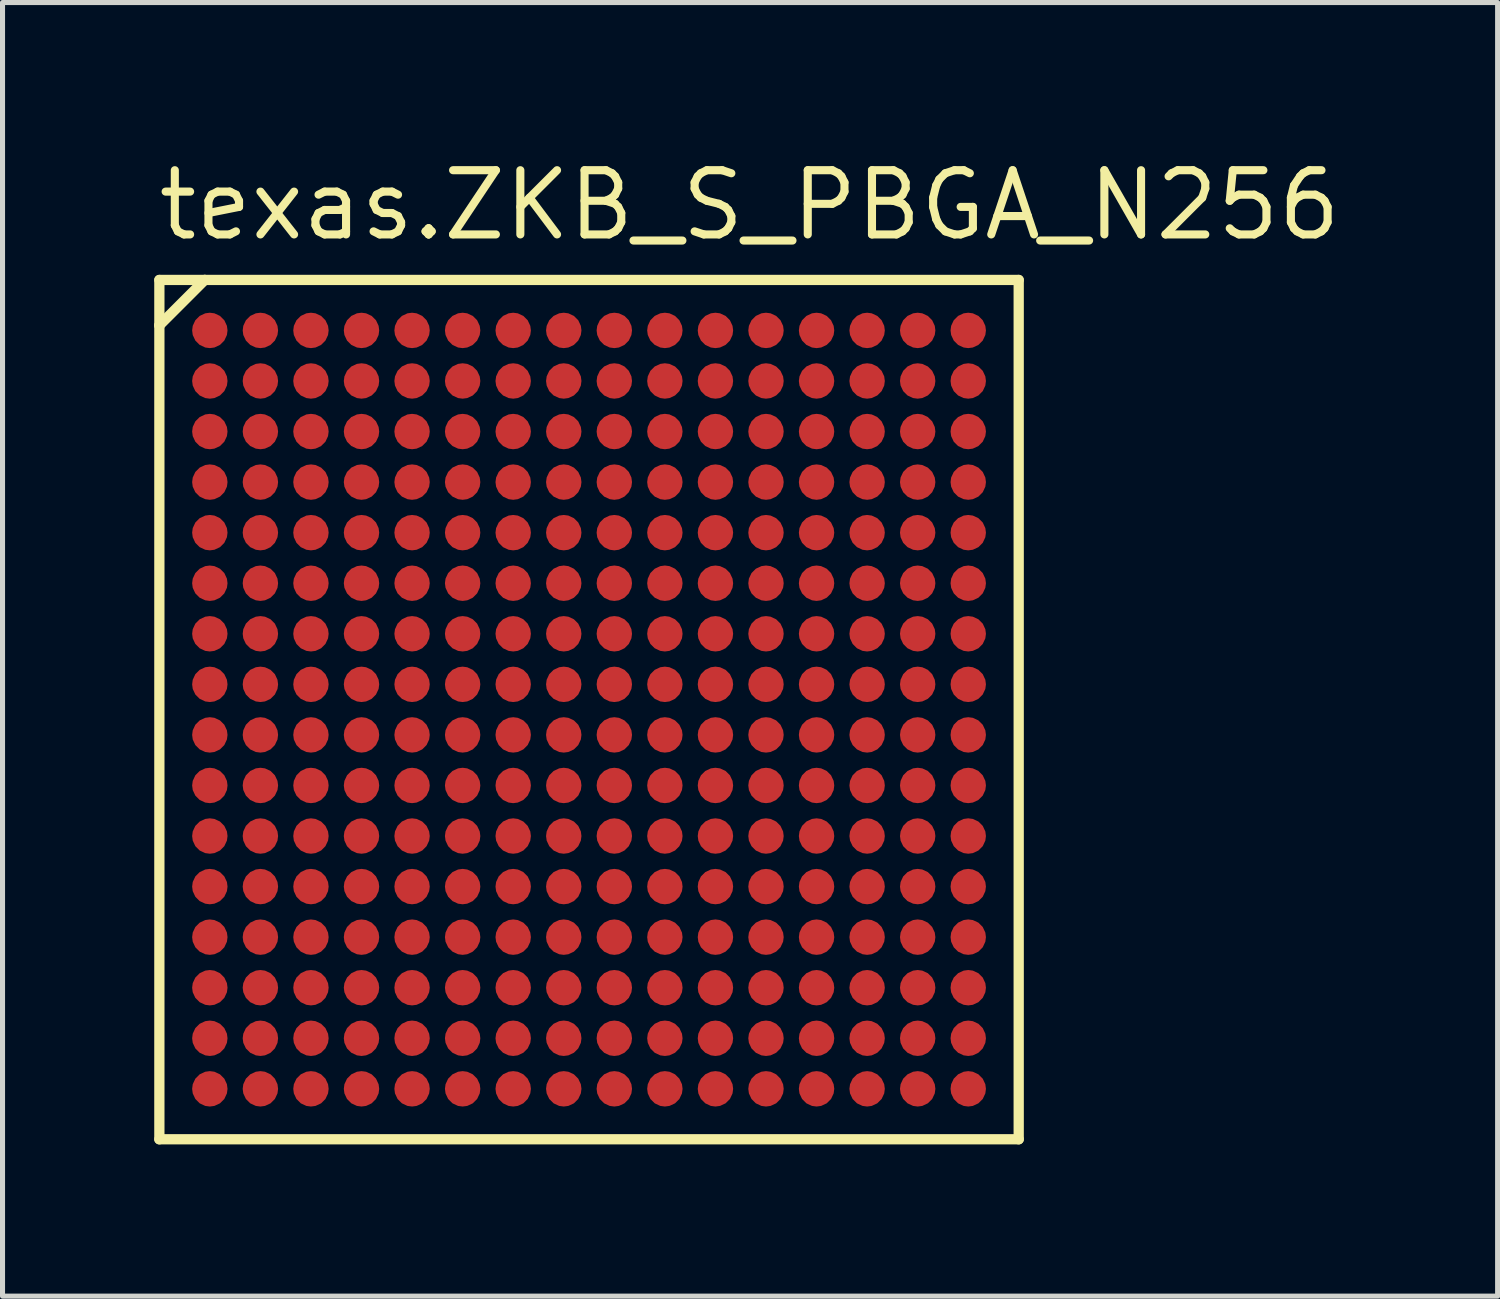
<source format=kicad_pcb>
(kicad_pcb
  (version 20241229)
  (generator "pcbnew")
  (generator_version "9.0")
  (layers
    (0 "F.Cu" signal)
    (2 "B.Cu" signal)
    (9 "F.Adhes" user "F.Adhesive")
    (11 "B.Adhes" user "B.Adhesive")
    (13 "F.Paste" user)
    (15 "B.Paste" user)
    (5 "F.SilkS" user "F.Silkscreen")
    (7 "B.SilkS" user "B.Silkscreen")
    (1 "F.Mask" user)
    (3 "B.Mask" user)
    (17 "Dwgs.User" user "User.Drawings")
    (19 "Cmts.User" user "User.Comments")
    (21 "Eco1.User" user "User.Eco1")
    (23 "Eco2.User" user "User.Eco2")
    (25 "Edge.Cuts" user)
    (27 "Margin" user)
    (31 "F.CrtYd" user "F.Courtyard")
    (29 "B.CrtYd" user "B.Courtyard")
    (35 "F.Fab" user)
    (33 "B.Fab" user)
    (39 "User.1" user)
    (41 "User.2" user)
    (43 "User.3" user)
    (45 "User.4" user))
  (footprint "texas.ZKB_S_PBGA_N256"
    (layer "F.Cu")
    (at 8.6 10.985)
    (property "Reference" "texas.ZKB_S_PBGA_N256" (at -8.6 -9.235 0) (layer "F.SilkS") (effects (font (size 1.27 1.27) (thickness 0.16)) (justify left bottom)))
    (attr smd)
    (fp_circle (center -7.5 -7.5) (end -7.15 -7.5) (stroke (width 0.1) (type default)) (fill no) (layer "F.Mask"))
    (fp_circle (center -7.5 -6.5) (end -7.15 -6.5) (stroke (width 0.1) (type default)) (fill no) (layer "F.Mask"))
    (fp_circle (center -7.5 -5.5) (end -7.15 -5.5) (stroke (width 0.1) (type default)) (fill no) (layer "F.Mask"))
    (fp_circle (center -7.5 -4.5) (end -7.15 -4.5) (stroke (width 0.1) (type default)) (fill no) (layer "F.Mask"))
    (fp_circle (center -7.5 -3.5) (end -7.15 -3.5) (stroke (width 0.1) (type default)) (fill no) (layer "F.Mask"))
    (fp_circle (center -7.5 -2.5) (end -7.15 -2.5) (stroke (width 0.1) (type default)) (fill no) (layer "F.Mask"))
    (fp_circle (center -7.5 -1.5) (end -7.15 -1.5) (stroke (width 0.1) (type default)) (fill no) (layer "F.Mask"))
    (fp_circle (center -7.5 -0.5) (end -7.15 -0.5) (stroke (width 0.1) (type default)) (fill no) (layer "F.Mask"))
    (fp_circle (center -7.5 0.5) (end -7.15 0.5) (stroke (width 0.1) (type default)) (fill no) (layer "F.Mask"))
    (fp_circle (center -7.5 1.5) (end -7.15 1.5) (stroke (width 0.1) (type default)) (fill no) (layer "F.Mask"))
    (fp_circle (center -7.5 2.5) (end -7.15 2.5) (stroke (width 0.1) (type default)) (fill no) (layer "F.Mask"))
    (fp_circle (center -7.5 3.5) (end -7.15 3.5) (stroke (width 0.1) (type default)) (fill no) (layer "F.Mask"))
    (fp_circle (center -7.5 4.5) (end -7.15 4.5) (stroke (width 0.1) (type default)) (fill no) (layer "F.Mask"))
    (fp_circle (center -7.5 5.5) (end -7.15 5.5) (stroke (width 0.1) (type default)) (fill no) (layer "F.Mask"))
    (fp_circle (center -7.5 6.5) (end -7.15 6.5) (stroke (width 0.1) (type default)) (fill no) (layer "F.Mask"))
    (fp_circle (center -7.5 7.5) (end -7.15 7.5) (stroke (width 0.1) (type default)) (fill no) (layer "F.Mask"))
    (fp_circle (center -6.5 -7.5) (end -6.15 -7.5) (stroke (width 0.1) (type default)) (fill no) (layer "F.Mask"))
    (fp_circle (center -6.5 -6.5) (end -6.15 -6.5) (stroke (width 0.1) (type default)) (fill no) (layer "F.Mask"))
    (fp_circle (center -6.5 -5.5) (end -6.15 -5.5) (stroke (width 0.1) (type default)) (fill no) (layer "F.Mask"))
    (fp_circle (center -6.5 -4.5) (end -6.15 -4.5) (stroke (width 0.1) (type default)) (fill no) (layer "F.Mask"))
    (fp_circle (center -6.5 -3.5) (end -6.15 -3.5) (stroke (width 0.1) (type default)) (fill no) (layer "F.Mask"))
    (fp_circle (center -6.5 -2.5) (end -6.15 -2.5) (stroke (width 0.1) (type default)) (fill no) (layer "F.Mask"))
    (fp_circle (center -6.5 -1.5) (end -6.15 -1.5) (stroke (width 0.1) (type default)) (fill no) (layer "F.Mask"))
    (fp_circle (center -6.5 -0.5) (end -6.15 -0.5) (stroke (width 0.1) (type default)) (fill no) (layer "F.Mask"))
    (fp_circle (center -6.5 0.5) (end -6.15 0.5) (stroke (width 0.1) (type default)) (fill no) (layer "F.Mask"))
    (fp_circle (center -6.5 1.5) (end -6.15 1.5) (stroke (width 0.1) (type default)) (fill no) (layer "F.Mask"))
    (fp_circle (center -6.5 2.5) (end -6.15 2.5) (stroke (width 0.1) (type default)) (fill no) (layer "F.Mask"))
    (fp_circle (center -6.5 3.5) (end -6.15 3.5) (stroke (width 0.1) (type default)) (fill no) (layer "F.Mask"))
    (fp_circle (center -6.5 4.5) (end -6.15 4.5) (stroke (width 0.1) (type default)) (fill no) (layer "F.Mask"))
    (fp_circle (center -6.5 5.5) (end -6.15 5.5) (stroke (width 0.1) (type default)) (fill no) (layer "F.Mask"))
    (fp_circle (center -6.5 6.5) (end -6.15 6.5) (stroke (width 0.1) (type default)) (fill no) (layer "F.Mask"))
    (fp_circle (center -6.5 7.5) (end -6.15 7.5) (stroke (width 0.1) (type default)) (fill no) (layer "F.Mask"))
    (fp_circle (center -5.5 -7.5) (end -5.15 -7.5) (stroke (width 0.1) (type default)) (fill no) (layer "F.Mask"))
    (fp_circle (center -5.5 -6.5) (end -5.15 -6.5) (stroke (width 0.1) (type default)) (fill no) (layer "F.Mask"))
    (fp_circle (center -5.5 -5.5) (end -5.15 -5.5) (stroke (width 0.1) (type default)) (fill no) (layer "F.Mask"))
    (fp_circle (center -5.5 -4.5) (end -5.15 -4.5) (stroke (width 0.1) (type default)) (fill no) (layer "F.Mask"))
    (fp_circle (center -5.5 -3.5) (end -5.15 -3.5) (stroke (width 0.1) (type default)) (fill no) (layer "F.Mask"))
    (fp_circle (center -5.5 -2.5) (end -5.15 -2.5) (stroke (width 0.1) (type default)) (fill no) (layer "F.Mask"))
    (fp_circle (center -5.5 -1.5) (end -5.15 -1.5) (stroke (width 0.1) (type default)) (fill no) (layer "F.Mask"))
    (fp_circle (center -5.5 -0.5) (end -5.15 -0.5) (stroke (width 0.1) (type default)) (fill no) (layer "F.Mask"))
    (fp_circle (center -5.5 0.5) (end -5.15 0.5) (stroke (width 0.1) (type default)) (fill no) (layer "F.Mask"))
    (fp_circle (center -5.5 1.5) (end -5.15 1.5) (stroke (width 0.1) (type default)) (fill no) (layer "F.Mask"))
    (fp_circle (center -5.5 2.5) (end -5.15 2.5) (stroke (width 0.1) (type default)) (fill no) (layer "F.Mask"))
    (fp_circle (center -5.5 3.5) (end -5.15 3.5) (stroke (width 0.1) (type default)) (fill no) (layer "F.Mask"))
    (fp_circle (center -5.5 4.5) (end -5.15 4.5) (stroke (width 0.1) (type default)) (fill no) (layer "F.Mask"))
    (fp_circle (center -5.5 5.5) (end -5.15 5.5) (stroke (width 0.1) (type default)) (fill no) (layer "F.Mask"))
    (fp_circle (center -5.5 6.5) (end -5.15 6.5) (stroke (width 0.1) (type default)) (fill no) (layer "F.Mask"))
    (fp_circle (center -5.5 7.5) (end -5.15 7.5) (stroke (width 0.1) (type default)) (fill no) (layer "F.Mask"))
    (fp_circle (center -4.5 -7.5) (end -4.15 -7.5) (stroke (width 0.1) (type default)) (fill no) (layer "F.Mask"))
    (fp_circle (center -4.5 -6.5) (end -4.15 -6.5) (stroke (width 0.1) (type default)) (fill no) (layer "F.Mask"))
    (fp_circle (center -4.5 -5.5) (end -4.15 -5.5) (stroke (width 0.1) (type default)) (fill no) (layer "F.Mask"))
    (fp_circle (center -4.5 -4.5) (end -4.15 -4.5) (stroke (width 0.1) (type default)) (fill no) (layer "F.Mask"))
    (fp_circle (center -4.5 -3.5) (end -4.15 -3.5) (stroke (width 0.1) (type default)) (fill no) (layer "F.Mask"))
    (fp_circle (center -4.5 -2.5) (end -4.15 -2.5) (stroke (width 0.1) (type default)) (fill no) (layer "F.Mask"))
    (fp_circle (center -4.5 -1.5) (end -4.15 -1.5) (stroke (width 0.1) (type default)) (fill no) (layer "F.Mask"))
    (fp_circle (center -4.5 -0.5) (end -4.15 -0.5) (stroke (width 0.1) (type default)) (fill no) (layer "F.Mask"))
    (fp_circle (center -4.5 0.5) (end -4.15 0.5) (stroke (width 0.1) (type default)) (fill no) (layer "F.Mask"))
    (fp_circle (center -4.5 1.5) (end -4.15 1.5) (stroke (width 0.1) (type default)) (fill no) (layer "F.Mask"))
    (fp_circle (center -4.5 2.5) (end -4.15 2.5) (stroke (width 0.1) (type default)) (fill no) (layer "F.Mask"))
    (fp_circle (center -4.5 3.5) (end -4.15 3.5) (stroke (width 0.1) (type default)) (fill no) (layer "F.Mask"))
    (fp_circle (center -4.5 4.5) (end -4.15 4.5) (stroke (width 0.1) (type default)) (fill no) (layer "F.Mask"))
    (fp_circle (center -4.5 5.5) (end -4.15 5.5) (stroke (width 0.1) (type default)) (fill no) (layer "F.Mask"))
    (fp_circle (center -4.5 6.5) (end -4.15 6.5) (stroke (width 0.1) (type default)) (fill no) (layer "F.Mask"))
    (fp_circle (center -4.5 7.5) (end -4.15 7.5) (stroke (width 0.1) (type default)) (fill no) (layer "F.Mask"))
    (fp_circle (center -3.5 -7.5) (end -3.15 -7.5) (stroke (width 0.1) (type default)) (fill no) (layer "F.Mask"))
    (fp_circle (center -3.5 -6.5) (end -3.15 -6.5) (stroke (width 0.1) (type default)) (fill no) (layer "F.Mask"))
    (fp_circle (center -3.5 -5.5) (end -3.15 -5.5) (stroke (width 0.1) (type default)) (fill no) (layer "F.Mask"))
    (fp_circle (center -3.5 -4.5) (end -3.15 -4.5) (stroke (width 0.1) (type default)) (fill no) (layer "F.Mask"))
    (fp_circle (center -3.5 -3.5) (end -3.15 -3.5) (stroke (width 0.1) (type default)) (fill no) (layer "F.Mask"))
    (fp_circle (center -3.5 -2.5) (end -3.15 -2.5) (stroke (width 0.1) (type default)) (fill no) (layer "F.Mask"))
    (fp_circle (center -3.5 -1.5) (end -3.15 -1.5) (stroke (width 0.1) (type default)) (fill no) (layer "F.Mask"))
    (fp_circle (center -3.5 -0.5) (end -3.15 -0.5) (stroke (width 0.1) (type default)) (fill no) (layer "F.Mask"))
    (fp_circle (center -3.5 0.5) (end -3.15 0.5) (stroke (width 0.1) (type default)) (fill no) (layer "F.Mask"))
    (fp_circle (center -3.5 1.5) (end -3.15 1.5) (stroke (width 0.1) (type default)) (fill no) (layer "F.Mask"))
    (fp_circle (center -3.5 2.5) (end -3.15 2.5) (stroke (width 0.1) (type default)) (fill no) (layer "F.Mask"))
    (fp_circle (center -3.5 3.5) (end -3.15 3.5) (stroke (width 0.1) (type default)) (fill no) (layer "F.Mask"))
    (fp_circle (center -3.5 4.5) (end -3.15 4.5) (stroke (width 0.1) (type default)) (fill no) (layer "F.Mask"))
    (fp_circle (center -3.5 5.5) (end -3.15 5.5) (stroke (width 0.1) (type default)) (fill no) (layer "F.Mask"))
    (fp_circle (center -3.5 6.5) (end -3.15 6.5) (stroke (width 0.1) (type default)) (fill no) (layer "F.Mask"))
    (fp_circle (center -3.5 7.5) (end -3.15 7.5) (stroke (width 0.1) (type default)) (fill no) (layer "F.Mask"))
    (fp_circle (center -2.5 -7.5) (end -2.15 -7.5) (stroke (width 0.1) (type default)) (fill no) (layer "F.Mask"))
    (fp_circle (center -2.5 -6.5) (end -2.15 -6.5) (stroke (width 0.1) (type default)) (fill no) (layer "F.Mask"))
    (fp_circle (center -2.5 -5.5) (end -2.15 -5.5) (stroke (width 0.1) (type default)) (fill no) (layer "F.Mask"))
    (fp_circle (center -2.5 -4.5) (end -2.15 -4.5) (stroke (width 0.1) (type default)) (fill no) (layer "F.Mask"))
    (fp_circle (center -2.5 -3.5) (end -2.15 -3.5) (stroke (width 0.1) (type default)) (fill no) (layer "F.Mask"))
    (fp_circle (center -2.5 -2.5) (end -2.15 -2.5) (stroke (width 0.1) (type default)) (fill no) (layer "F.Mask"))
    (fp_circle (center -2.5 -1.5) (end -2.15 -1.5) (stroke (width 0.1) (type default)) (fill no) (layer "F.Mask"))
    (fp_circle (center -2.5 -0.5) (end -2.15 -0.5) (stroke (width 0.1) (type default)) (fill no) (layer "F.Mask"))
    (fp_circle (center -2.5 0.5) (end -2.15 0.5) (stroke (width 0.1) (type default)) (fill no) (layer "F.Mask"))
    (fp_circle (center -2.5 1.5) (end -2.15 1.5) (stroke (width 0.1) (type default)) (fill no) (layer "F.Mask"))
    (fp_circle (center -2.5 2.5) (end -2.15 2.5) (stroke (width 0.1) (type default)) (fill no) (layer "F.Mask"))
    (fp_circle (center -2.5 3.5) (end -2.15 3.5) (stroke (width 0.1) (type default)) (fill no) (layer "F.Mask"))
    (fp_circle (center -2.5 4.5) (end -2.15 4.5) (stroke (width 0.1) (type default)) (fill no) (layer "F.Mask"))
    (fp_circle (center -2.5 5.5) (end -2.15 5.5) (stroke (width 0.1) (type default)) (fill no) (layer "F.Mask"))
    (fp_circle (center -2.5 6.5) (end -2.15 6.5) (stroke (width 0.1) (type default)) (fill no) (layer "F.Mask"))
    (fp_circle (center -2.5 7.5) (end -2.15 7.5) (stroke (width 0.1) (type default)) (fill no) (layer "F.Mask"))
    (fp_circle (center -1.5 -7.5) (end -1.15 -7.5) (stroke (width 0.1) (type default)) (fill no) (layer "F.Mask"))
    (fp_circle (center -1.5 -6.5) (end -1.15 -6.5) (stroke (width 0.1) (type default)) (fill no) (layer "F.Mask"))
    (fp_circle (center -1.5 -5.5) (end -1.15 -5.5) (stroke (width 0.1) (type default)) (fill no) (layer "F.Mask"))
    (fp_circle (center -1.5 -4.5) (end -1.15 -4.5) (stroke (width 0.1) (type default)) (fill no) (layer "F.Mask"))
    (fp_circle (center -1.5 -3.5) (end -1.15 -3.5) (stroke (width 0.1) (type default)) (fill no) (layer "F.Mask"))
    (fp_circle (center -1.5 -2.5) (end -1.15 -2.5) (stroke (width 0.1) (type default)) (fill no) (layer "F.Mask"))
    (fp_circle (center -1.5 -1.5) (end -1.15 -1.5) (stroke (width 0.1) (type default)) (fill no) (layer "F.Mask"))
    (fp_circle (center -1.5 -0.5) (end -1.15 -0.5) (stroke (width 0.1) (type default)) (fill no) (layer "F.Mask"))
    (fp_circle (center -1.5 0.5) (end -1.15 0.5) (stroke (width 0.1) (type default)) (fill no) (layer "F.Mask"))
    (fp_circle (center -1.5 1.5) (end -1.15 1.5) (stroke (width 0.1) (type default)) (fill no) (layer "F.Mask"))
    (fp_circle (center -1.5 2.5) (end -1.15 2.5) (stroke (width 0.1) (type default)) (fill no) (layer "F.Mask"))
    (fp_circle (center -1.5 3.5) (end -1.15 3.5) (stroke (width 0.1) (type default)) (fill no) (layer "F.Mask"))
    (fp_circle (center -1.5 4.5) (end -1.15 4.5) (stroke (width 0.1) (type default)) (fill no) (layer "F.Mask"))
    (fp_circle (center -1.5 5.5) (end -1.15 5.5) (stroke (width 0.1) (type default)) (fill no) (layer "F.Mask"))
    (fp_circle (center -1.5 6.5) (end -1.15 6.5) (stroke (width 0.1) (type default)) (fill no) (layer "F.Mask"))
    (fp_circle (center -1.5 7.5) (end -1.15 7.5) (stroke (width 0.1) (type default)) (fill no) (layer "F.Mask"))
    (fp_circle (center -0.5 -7.5) (end -0.15 -7.5) (stroke (width 0.1) (type default)) (fill no) (layer "F.Mask"))
    (fp_circle (center -0.5 -6.5) (end -0.15 -6.5) (stroke (width 0.1) (type default)) (fill no) (layer "F.Mask"))
    (fp_circle (center -0.5 -5.5) (end -0.15 -5.5) (stroke (width 0.1) (type default)) (fill no) (layer "F.Mask"))
    (fp_circle (center -0.5 -4.5) (end -0.15 -4.5) (stroke (width 0.1) (type default)) (fill no) (layer "F.Mask"))
    (fp_circle (center -0.5 -3.5) (end -0.15 -3.5) (stroke (width 0.1) (type default)) (fill no) (layer "F.Mask"))
    (fp_circle (center -0.5 -2.5) (end -0.15 -2.5) (stroke (width 0.1) (type default)) (fill no) (layer "F.Mask"))
    (fp_circle (center -0.5 -1.5) (end -0.15 -1.5) (stroke (width 0.1) (type default)) (fill no) (layer "F.Mask"))
    (fp_circle (center -0.5 -0.5) (end -0.15 -0.5) (stroke (width 0.1) (type default)) (fill no) (layer "F.Mask"))
    (fp_circle (center -0.5 0.5) (end -0.15 0.5) (stroke (width 0.1) (type default)) (fill no) (layer "F.Mask"))
    (fp_circle (center -0.5 1.5) (end -0.15 1.5) (stroke (width 0.1) (type default)) (fill no) (layer "F.Mask"))
    (fp_circle (center -0.5 2.5) (end -0.15 2.5) (stroke (width 0.1) (type default)) (fill no) (layer "F.Mask"))
    (fp_circle (center -0.5 3.5) (end -0.15 3.5) (stroke (width 0.1) (type default)) (fill no) (layer "F.Mask"))
    (fp_circle (center -0.5 4.5) (end -0.15 4.5) (stroke (width 0.1) (type default)) (fill no) (layer "F.Mask"))
    (fp_circle (center -0.5 5.5) (end -0.15 5.5) (stroke (width 0.1) (type default)) (fill no) (layer "F.Mask"))
    (fp_circle (center -0.5 6.5) (end -0.15 6.5) (stroke (width 0.1) (type default)) (fill no) (layer "F.Mask"))
    (fp_circle (center -0.5 7.5) (end -0.15 7.5) (stroke (width 0.1) (type default)) (fill no) (layer "F.Mask"))
    (fp_circle (center 0.5 -7.5) (end 0.85 -7.5) (stroke (width 0.1) (type default)) (fill no) (layer "F.Mask"))
    (fp_circle (center 0.5 -6.5) (end 0.85 -6.5) (stroke (width 0.1) (type default)) (fill no) (layer "F.Mask"))
    (fp_circle (center 0.5 -5.5) (end 0.85 -5.5) (stroke (width 0.1) (type default)) (fill no) (layer "F.Mask"))
    (fp_circle (center 0.5 -4.5) (end 0.85 -4.5) (stroke (width 0.1) (type default)) (fill no) (layer "F.Mask"))
    (fp_circle (center 0.5 -3.5) (end 0.85 -3.5) (stroke (width 0.1) (type default)) (fill no) (layer "F.Mask"))
    (fp_circle (center 0.5 -2.5) (end 0.85 -2.5) (stroke (width 0.1) (type default)) (fill no) (layer "F.Mask"))
    (fp_circle (center 0.5 -1.5) (end 0.85 -1.5) (stroke (width 0.1) (type default)) (fill no) (layer "F.Mask"))
    (fp_circle (center 0.5 -0.5) (end 0.85 -0.5) (stroke (width 0.1) (type default)) (fill no) (layer "F.Mask"))
    (fp_circle (center 0.5 0.5) (end 0.85 0.5) (stroke (width 0.1) (type default)) (fill no) (layer "F.Mask"))
    (fp_circle (center 0.5 1.5) (end 0.85 1.5) (stroke (width 0.1) (type default)) (fill no) (layer "F.Mask"))
    (fp_circle (center 0.5 2.5) (end 0.85 2.5) (stroke (width 0.1) (type default)) (fill no) (layer "F.Mask"))
    (fp_circle (center 0.5 3.5) (end 0.85 3.5) (stroke (width 0.1) (type default)) (fill no) (layer "F.Mask"))
    (fp_circle (center 0.5 4.5) (end 0.85 4.5) (stroke (width 0.1) (type default)) (fill no) (layer "F.Mask"))
    (fp_circle (center 0.5 5.5) (end 0.85 5.5) (stroke (width 0.1) (type default)) (fill no) (layer "F.Mask"))
    (fp_circle (center 0.5 6.5) (end 0.85 6.5) (stroke (width 0.1) (type default)) (fill no) (layer "F.Mask"))
    (fp_circle (center 0.5 7.5) (end 0.85 7.5) (stroke (width 0.1) (type default)) (fill no) (layer "F.Mask"))
    (fp_circle (center 1.5 -7.5) (end 1.85 -7.5) (stroke (width 0.1) (type default)) (fill no) (layer "F.Mask"))
    (fp_circle (center 1.5 -6.5) (end 1.85 -6.5) (stroke (width 0.1) (type default)) (fill no) (layer "F.Mask"))
    (fp_circle (center 1.5 -5.5) (end 1.85 -5.5) (stroke (width 0.1) (type default)) (fill no) (layer "F.Mask"))
    (fp_circle (center 1.5 -4.5) (end 1.85 -4.5) (stroke (width 0.1) (type default)) (fill no) (layer "F.Mask"))
    (fp_circle (center 1.5 -3.5) (end 1.85 -3.5) (stroke (width 0.1) (type default)) (fill no) (layer "F.Mask"))
    (fp_circle (center 1.5 -2.5) (end 1.85 -2.5) (stroke (width 0.1) (type default)) (fill no) (layer "F.Mask"))
    (fp_circle (center 1.5 -1.5) (end 1.85 -1.5) (stroke (width 0.1) (type default)) (fill no) (layer "F.Mask"))
    (fp_circle (center 1.5 -0.5) (end 1.85 -0.5) (stroke (width 0.1) (type default)) (fill no) (layer "F.Mask"))
    (fp_circle (center 1.5 0.5) (end 1.85 0.5) (stroke (width 0.1) (type default)) (fill no) (layer "F.Mask"))
    (fp_circle (center 1.5 1.5) (end 1.85 1.5) (stroke (width 0.1) (type default)) (fill no) (layer "F.Mask"))
    (fp_circle (center 1.5 2.5) (end 1.85 2.5) (stroke (width 0.1) (type default)) (fill no) (layer "F.Mask"))
    (fp_circle (center 1.5 3.5) (end 1.85 3.5) (stroke (width 0.1) (type default)) (fill no) (layer "F.Mask"))
    (fp_circle (center 1.5 4.5) (end 1.85 4.5) (stroke (width 0.1) (type default)) (fill no) (layer "F.Mask"))
    (fp_circle (center 1.5 5.5) (end 1.85 5.5) (stroke (width 0.1) (type default)) (fill no) (layer "F.Mask"))
    (fp_circle (center 1.5 6.5) (end 1.85 6.5) (stroke (width 0.1) (type default)) (fill no) (layer "F.Mask"))
    (fp_circle (center 1.5 7.5) (end 1.85 7.5) (stroke (width 0.1) (type default)) (fill no) (layer "F.Mask"))
    (fp_circle (center 2.5 -7.5) (end 2.85 -7.5) (stroke (width 0.1) (type default)) (fill no) (layer "F.Mask"))
    (fp_circle (center 2.5 -6.5) (end 2.85 -6.5) (stroke (width 0.1) (type default)) (fill no) (layer "F.Mask"))
    (fp_circle (center 2.5 -5.5) (end 2.85 -5.5) (stroke (width 0.1) (type default)) (fill no) (layer "F.Mask"))
    (fp_circle (center 2.5 -4.5) (end 2.85 -4.5) (stroke (width 0.1) (type default)) (fill no) (layer "F.Mask"))
    (fp_circle (center 2.5 -3.5) (end 2.85 -3.5) (stroke (width 0.1) (type default)) (fill no) (layer "F.Mask"))
    (fp_circle (center 2.5 -2.5) (end 2.85 -2.5) (stroke (width 0.1) (type default)) (fill no) (layer "F.Mask"))
    (fp_circle (center 2.5 -1.5) (end 2.85 -1.5) (stroke (width 0.1) (type default)) (fill no) (layer "F.Mask"))
    (fp_circle (center 2.5 -0.5) (end 2.85 -0.5) (stroke (width 0.1) (type default)) (fill no) (layer "F.Mask"))
    (fp_circle (center 2.5 0.5) (end 2.85 0.5) (stroke (width 0.1) (type default)) (fill no) (layer "F.Mask"))
    (fp_circle (center 2.5 1.5) (end 2.85 1.5) (stroke (width 0.1) (type default)) (fill no) (layer "F.Mask"))
    (fp_circle (center 2.5 2.5) (end 2.85 2.5) (stroke (width 0.1) (type default)) (fill no) (layer "F.Mask"))
    (fp_circle (center 2.5 3.5) (end 2.85 3.5) (stroke (width 0.1) (type default)) (fill no) (layer "F.Mask"))
    (fp_circle (center 2.5 4.5) (end 2.85 4.5) (stroke (width 0.1) (type default)) (fill no) (layer "F.Mask"))
    (fp_circle (center 2.5 5.5) (end 2.85 5.5) (stroke (width 0.1) (type default)) (fill no) (layer "F.Mask"))
    (fp_circle (center 2.5 6.5) (end 2.85 6.5) (stroke (width 0.1) (type default)) (fill no) (layer "F.Mask"))
    (fp_circle (center 2.5 7.5) (end 2.85 7.5) (stroke (width 0.1) (type default)) (fill no) (layer "F.Mask"))
    (fp_circle (center 3.5 -7.5) (end 3.85 -7.5) (stroke (width 0.1) (type default)) (fill no) (layer "F.Mask"))
    (fp_circle (center 3.5 -6.5) (end 3.85 -6.5) (stroke (width 0.1) (type default)) (fill no) (layer "F.Mask"))
    (fp_circle (center 3.5 -5.5) (end 3.85 -5.5) (stroke (width 0.1) (type default)) (fill no) (layer "F.Mask"))
    (fp_circle (center 3.5 -4.5) (end 3.85 -4.5) (stroke (width 0.1) (type default)) (fill no) (layer "F.Mask"))
    (fp_circle (center 3.5 -3.5) (end 3.85 -3.5) (stroke (width 0.1) (type default)) (fill no) (layer "F.Mask"))
    (fp_circle (center 3.5 -2.5) (end 3.85 -2.5) (stroke (width 0.1) (type default)) (fill no) (layer "F.Mask"))
    (fp_circle (center 3.5 -1.5) (end 3.85 -1.5) (stroke (width 0.1) (type default)) (fill no) (layer "F.Mask"))
    (fp_circle (center 3.5 -0.5) (end 3.85 -0.5) (stroke (width 0.1) (type default)) (fill no) (layer "F.Mask"))
    (fp_circle (center 3.5 0.5) (end 3.85 0.5) (stroke (width 0.1) (type default)) (fill no) (layer "F.Mask"))
    (fp_circle (center 3.5 1.5) (end 3.85 1.5) (stroke (width 0.1) (type default)) (fill no) (layer "F.Mask"))
    (fp_circle (center 3.5 2.5) (end 3.85 2.5) (stroke (width 0.1) (type default)) (fill no) (layer "F.Mask"))
    (fp_circle (center 3.5 3.5) (end 3.85 3.5) (stroke (width 0.1) (type default)) (fill no) (layer "F.Mask"))
    (fp_circle (center 3.5 4.5) (end 3.85 4.5) (stroke (width 0.1) (type default)) (fill no) (layer "F.Mask"))
    (fp_circle (center 3.5 5.5) (end 3.85 5.5) (stroke (width 0.1) (type default)) (fill no) (layer "F.Mask"))
    (fp_circle (center 3.5 6.5) (end 3.85 6.5) (stroke (width 0.1) (type default)) (fill no) (layer "F.Mask"))
    (fp_circle (center 3.5 7.5) (end 3.85 7.5) (stroke (width 0.1) (type default)) (fill no) (layer "F.Mask"))
    (fp_circle (center 4.5 -7.5) (end 4.85 -7.5) (stroke (width 0.1) (type default)) (fill no) (layer "F.Mask"))
    (fp_circle (center 4.5 -6.5) (end 4.85 -6.5) (stroke (width 0.1) (type default)) (fill no) (layer "F.Mask"))
    (fp_circle (center 4.5 -5.5) (end 4.85 -5.5) (stroke (width 0.1) (type default)) (fill no) (layer "F.Mask"))
    (fp_circle (center 4.5 -4.5) (end 4.85 -4.5) (stroke (width 0.1) (type default)) (fill no) (layer "F.Mask"))
    (fp_circle (center 4.5 -3.5) (end 4.85 -3.5) (stroke (width 0.1) (type default)) (fill no) (layer "F.Mask"))
    (fp_circle (center 4.5 -2.5) (end 4.85 -2.5) (stroke (width 0.1) (type default)) (fill no) (layer "F.Mask"))
    (fp_circle (center 4.5 -1.5) (end 4.85 -1.5) (stroke (width 0.1) (type default)) (fill no) (layer "F.Mask"))
    (fp_circle (center 4.5 -0.5) (end 4.85 -0.5) (stroke (width 0.1) (type default)) (fill no) (layer "F.Mask"))
    (fp_circle (center 4.5 0.5) (end 4.85 0.5) (stroke (width 0.1) (type default)) (fill no) (layer "F.Mask"))
    (fp_circle (center 4.5 1.5) (end 4.85 1.5) (stroke (width 0.1) (type default)) (fill no) (layer "F.Mask"))
    (fp_circle (center 4.5 2.5) (end 4.85 2.5) (stroke (width 0.1) (type default)) (fill no) (layer "F.Mask"))
    (fp_circle (center 4.5 3.5) (end 4.85 3.5) (stroke (width 0.1) (type default)) (fill no) (layer "F.Mask"))
    (fp_circle (center 4.5 4.5) (end 4.85 4.5) (stroke (width 0.1) (type default)) (fill no) (layer "F.Mask"))
    (fp_circle (center 4.5 5.5) (end 4.85 5.5) (stroke (width 0.1) (type default)) (fill no) (layer "F.Mask"))
    (fp_circle (center 4.5 6.5) (end 4.85 6.5) (stroke (width 0.1) (type default)) (fill no) (layer "F.Mask"))
    (fp_circle (center 4.5 7.5) (end 4.85 7.5) (stroke (width 0.1) (type default)) (fill no) (layer "F.Mask"))
    (fp_circle (center 5.5 -7.5) (end 5.85 -7.5) (stroke (width 0.1) (type default)) (fill no) (layer "F.Mask"))
    (fp_circle (center 5.5 -6.5) (end 5.85 -6.5) (stroke (width 0.1) (type default)) (fill no) (layer "F.Mask"))
    (fp_circle (center 5.5 -5.5) (end 5.85 -5.5) (stroke (width 0.1) (type default)) (fill no) (layer "F.Mask"))
    (fp_circle (center 5.5 -4.5) (end 5.85 -4.5) (stroke (width 0.1) (type default)) (fill no) (layer "F.Mask"))
    (fp_circle (center 5.5 -3.5) (end 5.85 -3.5) (stroke (width 0.1) (type default)) (fill no) (layer "F.Mask"))
    (fp_circle (center 5.5 -2.5) (end 5.85 -2.5) (stroke (width 0.1) (type default)) (fill no) (layer "F.Mask"))
    (fp_circle (center 5.5 -1.5) (end 5.85 -1.5) (stroke (width 0.1) (type default)) (fill no) (layer "F.Mask"))
    (fp_circle (center 5.5 -0.5) (end 5.85 -0.5) (stroke (width 0.1) (type default)) (fill no) (layer "F.Mask"))
    (fp_circle (center 5.5 0.5) (end 5.85 0.5) (stroke (width 0.1) (type default)) (fill no) (layer "F.Mask"))
    (fp_circle (center 5.5 1.5) (end 5.85 1.5) (stroke (width 0.1) (type default)) (fill no) (layer "F.Mask"))
    (fp_circle (center 5.5 2.5) (end 5.85 2.5) (stroke (width 0.1) (type default)) (fill no) (layer "F.Mask"))
    (fp_circle (center 5.5 3.5) (end 5.85 3.5) (stroke (width 0.1) (type default)) (fill no) (layer "F.Mask"))
    (fp_circle (center 5.5 4.5) (end 5.85 4.5) (stroke (width 0.1) (type default)) (fill no) (layer "F.Mask"))
    (fp_circle (center 5.5 5.5) (end 5.85 5.5) (stroke (width 0.1) (type default)) (fill no) (layer "F.Mask"))
    (fp_circle (center 5.5 6.5) (end 5.85 6.5) (stroke (width 0.1) (type default)) (fill no) (layer "F.Mask"))
    (fp_circle (center 5.5 7.5) (end 5.85 7.5) (stroke (width 0.1) (type default)) (fill no) (layer "F.Mask"))
    (fp_circle (center 6.5 -7.5) (end 6.85 -7.5) (stroke (width 0.1) (type default)) (fill no) (layer "F.Mask"))
    (fp_circle (center 6.5 -6.5) (end 6.85 -6.5) (stroke (width 0.1) (type default)) (fill no) (layer "F.Mask"))
    (fp_circle (center 6.5 -5.5) (end 6.85 -5.5) (stroke (width 0.1) (type default)) (fill no) (layer "F.Mask"))
    (fp_circle (center 6.5 -4.5) (end 6.85 -4.5) (stroke (width 0.1) (type default)) (fill no) (layer "F.Mask"))
    (fp_circle (center 6.5 -3.5) (end 6.85 -3.5) (stroke (width 0.1) (type default)) (fill no) (layer "F.Mask"))
    (fp_circle (center 6.5 -2.5) (end 6.85 -2.5) (stroke (width 0.1) (type default)) (fill no) (layer "F.Mask"))
    (fp_circle (center 6.5 -1.5) (end 6.85 -1.5) (stroke (width 0.1) (type default)) (fill no) (layer "F.Mask"))
    (fp_circle (center 6.5 -0.5) (end 6.85 -0.5) (stroke (width 0.1) (type default)) (fill no) (layer "F.Mask"))
    (fp_circle (center 6.5 0.5) (end 6.85 0.5) (stroke (width 0.1) (type default)) (fill no) (layer "F.Mask"))
    (fp_circle (center 6.5 1.5) (end 6.85 1.5) (stroke (width 0.1) (type default)) (fill no) (layer "F.Mask"))
    (fp_circle (center 6.5 2.5) (end 6.85 2.5) (stroke (width 0.1) (type default)) (fill no) (layer "F.Mask"))
    (fp_circle (center 6.5 3.5) (end 6.85 3.5) (stroke (width 0.1) (type default)) (fill no) (layer "F.Mask"))
    (fp_circle (center 6.5 4.5) (end 6.85 4.5) (stroke (width 0.1) (type default)) (fill no) (layer "F.Mask"))
    (fp_circle (center 6.5 5.5) (end 6.85 5.5) (stroke (width 0.1) (type default)) (fill no) (layer "F.Mask"))
    (fp_circle (center 6.5 6.5) (end 6.85 6.5) (stroke (width 0.1) (type default)) (fill no) (layer "F.Mask"))
    (fp_circle (center 6.5 7.5) (end 6.85 7.5) (stroke (width 0.1) (type default)) (fill no) (layer "F.Mask"))
    (fp_circle (center 7.5 -7.5) (end 7.85 -7.5) (stroke (width 0.1) (type default)) (fill no) (layer "F.Mask"))
    (fp_circle (center 7.5 -6.5) (end 7.85 -6.5) (stroke (width 0.1) (type default)) (fill no) (layer "F.Mask"))
    (fp_circle (center 7.5 -5.5) (end 7.85 -5.5) (stroke (width 0.1) (type default)) (fill no) (layer "F.Mask"))
    (fp_circle (center 7.5 -4.5) (end 7.85 -4.5) (stroke (width 0.1) (type default)) (fill no) (layer "F.Mask"))
    (fp_circle (center 7.5 -3.5) (end 7.85 -3.5) (stroke (width 0.1) (type default)) (fill no) (layer "F.Mask"))
    (fp_circle (center 7.5 -2.5) (end 7.85 -2.5) (stroke (width 0.1) (type default)) (fill no) (layer "F.Mask"))
    (fp_circle (center 7.5 -1.5) (end 7.85 -1.5) (stroke (width 0.1) (type default)) (fill no) (layer "F.Mask"))
    (fp_circle (center 7.5 -0.5) (end 7.85 -0.5) (stroke (width 0.1) (type default)) (fill no) (layer "F.Mask"))
    (fp_circle (center 7.5 0.5) (end 7.85 0.5) (stroke (width 0.1) (type default)) (fill no) (layer "F.Mask"))
    (fp_circle (center 7.5 1.5) (end 7.85 1.5) (stroke (width 0.1) (type default)) (fill no) (layer "F.Mask"))
    (fp_circle (center 7.5 2.5) (end 7.85 2.5) (stroke (width 0.1) (type default)) (fill no) (layer "F.Mask"))
    (fp_circle (center 7.5 3.5) (end 7.85 3.5) (stroke (width 0.1) (type default)) (fill no) (layer "F.Mask"))
    (fp_circle (center 7.5 4.5) (end 7.85 4.5) (stroke (width 0.1) (type default)) (fill no) (layer "F.Mask"))
    (fp_circle (center 7.5 5.5) (end 7.85 5.5) (stroke (width 0.1) (type default)) (fill no) (layer "F.Mask"))
    (fp_circle (center 7.5 6.5) (end 7.85 6.5) (stroke (width 0.1) (type default)) (fill no) (layer "F.Mask"))
    (fp_circle (center 7.5 7.5) (end 7.85 7.5) (stroke (width 0.1) (type default)) (fill no) (layer "F.Mask"))
    (fp_line (start -8.498 -8.498) (end -8.498 -7.6) (stroke (width 0.203) (type default)) (layer "F.SilkS"))
    (fp_line (start -8.498 -7.6) (end -8.498 8.498) (stroke (width 0.203) (type default)) (layer "F.SilkS"))
    (fp_line (start -8.498 -7.6) (end -7.6 -8.498) (stroke (width 0.203) (type default)) (layer "F.SilkS"))
    (fp_line (start -8.498 8.498) (end 8.498 8.498) (stroke (width 0.203) (type default)) (layer "F.SilkS"))
    (fp_line (start -7.6 -8.498) (end -8.498 -8.498) (stroke (width 0.203) (type default)) (layer "F.SilkS"))
    (fp_line (start 8.498 -8.498) (end -7.6 -8.498) (stroke (width 0.203) (type default)) (layer "F.SilkS"))
    (fp_line (start 8.498 8.498) (end 8.498 -8.498) (stroke (width 0.203) (type default)) (layer "F.SilkS"))
    (pad "A1" smd roundrect (at -7.5 -7.5) (size 0.7 0.7) (layers "F.Cu" "F.Mask" "F.Paste") (roundrect_rratio 0.5))
    (pad "A2" smd roundrect (at -6.5 -7.5) (size 0.7 0.7) (layers "F.Cu" "F.Mask" "F.Paste") (roundrect_rratio 0.5))
    (pad "A3" smd roundrect (at -5.5 -7.5) (size 0.7 0.7) (layers "F.Cu" "F.Mask" "F.Paste") (roundrect_rratio 0.5))
    (pad "A4" smd roundrect (at -4.5 -7.5) (size 0.7 0.7) (layers "F.Cu" "F.Mask" "F.Paste") (roundrect_rratio 0.5))
    (pad "A5" smd roundrect (at -3.5 -7.5) (size 0.7 0.7) (layers "F.Cu" "F.Mask" "F.Paste") (roundrect_rratio 0.5))
    (pad "A6" smd roundrect (at -2.5 -7.5) (size 0.7 0.7) (layers "F.Cu" "F.Mask" "F.Paste") (roundrect_rratio 0.5))
    (pad "A7" smd roundrect (at -1.5 -7.5) (size 0.7 0.7) (layers "F.Cu" "F.Mask" "F.Paste") (roundrect_rratio 0.5))
    (pad "A8" smd roundrect (at -0.5 -7.5) (size 0.7 0.7) (layers "F.Cu" "F.Mask" "F.Paste") (roundrect_rratio 0.5))
    (pad "A9" smd roundrect (at 0.5 -7.5) (size 0.7 0.7) (layers "F.Cu" "F.Mask" "F.Paste") (roundrect_rratio 0.5))
    (pad "A10" smd roundrect (at 1.5 -7.5) (size 0.7 0.7) (layers "F.Cu" "F.Mask" "F.Paste") (roundrect_rratio 0.5))
    (pad "A11" smd roundrect (at 2.5 -7.5) (size 0.7 0.7) (layers "F.Cu" "F.Mask" "F.Paste") (roundrect_rratio 0.5))
    (pad "A12" smd roundrect (at 3.5 -7.5) (size 0.7 0.7) (layers "F.Cu" "F.Mask" "F.Paste") (roundrect_rratio 0.5))
    (pad "A13" smd roundrect (at 4.5 -7.5) (size 0.7 0.7) (layers "F.Cu" "F.Mask" "F.Paste") (roundrect_rratio 0.5))
    (pad "A14" smd roundrect (at 5.5 -7.5) (size 0.7 0.7) (layers "F.Cu" "F.Mask" "F.Paste") (roundrect_rratio 0.5))
    (pad "A15" smd roundrect (at 6.5 -7.5) (size 0.7 0.7) (layers "F.Cu" "F.Mask" "F.Paste") (roundrect_rratio 0.5))
    (pad "A16" smd roundrect (at 7.5 -7.5) (size 0.7 0.7) (layers "F.Cu" "F.Mask" "F.Paste") (roundrect_rratio 0.5))
    (pad "B1" smd roundrect (at -7.5 -6.5) (size 0.7 0.7) (layers "F.Cu" "F.Mask" "F.Paste") (roundrect_rratio 0.5))
    (pad "B2" smd roundrect (at -6.5 -6.5) (size 0.7 0.7) (layers "F.Cu" "F.Mask" "F.Paste") (roundrect_rratio 0.5))
    (pad "B3" smd roundrect (at -5.5 -6.5) (size 0.7 0.7) (layers "F.Cu" "F.Mask" "F.Paste") (roundrect_rratio 0.5))
    (pad "B4" smd roundrect (at -4.5 -6.5) (size 0.7 0.7) (layers "F.Cu" "F.Mask" "F.Paste") (roundrect_rratio 0.5))
    (pad "B5" smd roundrect (at -3.5 -6.5) (size 0.7 0.7) (layers "F.Cu" "F.Mask" "F.Paste") (roundrect_rratio 0.5))
    (pad "B6" smd roundrect (at -2.5 -6.5) (size 0.7 0.7) (layers "F.Cu" "F.Mask" "F.Paste") (roundrect_rratio 0.5))
    (pad "B7" smd roundrect (at -1.5 -6.5) (size 0.7 0.7) (layers "F.Cu" "F.Mask" "F.Paste") (roundrect_rratio 0.5))
    (pad "B8" smd roundrect (at -0.5 -6.5) (size 0.7 0.7) (layers "F.Cu" "F.Mask" "F.Paste") (roundrect_rratio 0.5))
    (pad "B9" smd roundrect (at 0.5 -6.5) (size 0.7 0.7) (layers "F.Cu" "F.Mask" "F.Paste") (roundrect_rratio 0.5))
    (pad "B10" smd roundrect (at 1.5 -6.5) (size 0.7 0.7) (layers "F.Cu" "F.Mask" "F.Paste") (roundrect_rratio 0.5))
    (pad "B11" smd roundrect (at 2.5 -6.5) (size 0.7 0.7) (layers "F.Cu" "F.Mask" "F.Paste") (roundrect_rratio 0.5))
    (pad "B12" smd roundrect (at 3.5 -6.5) (size 0.7 0.7) (layers "F.Cu" "F.Mask" "F.Paste") (roundrect_rratio 0.5))
    (pad "B13" smd roundrect (at 4.5 -6.5) (size 0.7 0.7) (layers "F.Cu" "F.Mask" "F.Paste") (roundrect_rratio 0.5))
    (pad "B14" smd roundrect (at 5.5 -6.5) (size 0.7 0.7) (layers "F.Cu" "F.Mask" "F.Paste") (roundrect_rratio 0.5))
    (pad "B15" smd roundrect (at 6.5 -6.5) (size 0.7 0.7) (layers "F.Cu" "F.Mask" "F.Paste") (roundrect_rratio 0.5))
    (pad "B16" smd roundrect (at 7.5 -6.5) (size 0.7 0.7) (layers "F.Cu" "F.Mask" "F.Paste") (roundrect_rratio 0.5))
    (pad "C1" smd roundrect (at -7.5 -5.5) (size 0.7 0.7) (layers "F.Cu" "F.Mask" "F.Paste") (roundrect_rratio 0.5))
    (pad "C2" smd roundrect (at -6.5 -5.5) (size 0.7 0.7) (layers "F.Cu" "F.Mask" "F.Paste") (roundrect_rratio 0.5))
    (pad "C3" smd roundrect (at -5.5 -5.5) (size 0.7 0.7) (layers "F.Cu" "F.Mask" "F.Paste") (roundrect_rratio 0.5))
    (pad "C4" smd roundrect (at -4.5 -5.5) (size 0.7 0.7) (layers "F.Cu" "F.Mask" "F.Paste") (roundrect_rratio 0.5))
    (pad "C5" smd roundrect (at -3.5 -5.5) (size 0.7 0.7) (layers "F.Cu" "F.Mask" "F.Paste") (roundrect_rratio 0.5))
    (pad "C6" smd roundrect (at -2.5 -5.5) (size 0.7 0.7) (layers "F.Cu" "F.Mask" "F.Paste") (roundrect_rratio 0.5))
    (pad "C7" smd roundrect (at -1.5 -5.5) (size 0.7 0.7) (layers "F.Cu" "F.Mask" "F.Paste") (roundrect_rratio 0.5))
    (pad "C8" smd roundrect (at -0.5 -5.5) (size 0.7 0.7) (layers "F.Cu" "F.Mask" "F.Paste") (roundrect_rratio 0.5))
    (pad "C9" smd roundrect (at 0.5 -5.5) (size 0.7 0.7) (layers "F.Cu" "F.Mask" "F.Paste") (roundrect_rratio 0.5))
    (pad "C10" smd roundrect (at 1.5 -5.5) (size 0.7 0.7) (layers "F.Cu" "F.Mask" "F.Paste") (roundrect_rratio 0.5))
    (pad "C11" smd roundrect (at 2.5 -5.5) (size 0.7 0.7) (layers "F.Cu" "F.Mask" "F.Paste") (roundrect_rratio 0.5))
    (pad "C12" smd roundrect (at 3.5 -5.5) (size 0.7 0.7) (layers "F.Cu" "F.Mask" "F.Paste") (roundrect_rratio 0.5))
    (pad "C13" smd roundrect (at 4.5 -5.5) (size 0.7 0.7) (layers "F.Cu" "F.Mask" "F.Paste") (roundrect_rratio 0.5))
    (pad "C14" smd roundrect (at 5.5 -5.5) (size 0.7 0.7) (layers "F.Cu" "F.Mask" "F.Paste") (roundrect_rratio 0.5))
    (pad "C15" smd roundrect (at 6.5 -5.5) (size 0.7 0.7) (layers "F.Cu" "F.Mask" "F.Paste") (roundrect_rratio 0.5))
    (pad "C16" smd roundrect (at 7.5 -5.5) (size 0.7 0.7) (layers "F.Cu" "F.Mask" "F.Paste") (roundrect_rratio 0.5))
    (pad "D1" smd roundrect (at -7.5 -4.5) (size 0.7 0.7) (layers "F.Cu" "F.Mask" "F.Paste") (roundrect_rratio 0.5))
    (pad "D2" smd roundrect (at -6.5 -4.5) (size 0.7 0.7) (layers "F.Cu" "F.Mask" "F.Paste") (roundrect_rratio 0.5))
    (pad "D3" smd roundrect (at -5.5 -4.5) (size 0.7 0.7) (layers "F.Cu" "F.Mask" "F.Paste") (roundrect_rratio 0.5))
    (pad "D4" smd roundrect (at -4.5 -4.5) (size 0.7 0.7) (layers "F.Cu" "F.Mask" "F.Paste") (roundrect_rratio 0.5))
    (pad "D5" smd roundrect (at -3.5 -4.5) (size 0.7 0.7) (layers "F.Cu" "F.Mask" "F.Paste") (roundrect_rratio 0.5))
    (pad "D6" smd roundrect (at -2.5 -4.5) (size 0.7 0.7) (layers "F.Cu" "F.Mask" "F.Paste") (roundrect_rratio 0.5))
    (pad "D7" smd roundrect (at -1.5 -4.5) (size 0.7 0.7) (layers "F.Cu" "F.Mask" "F.Paste") (roundrect_rratio 0.5))
    (pad "D8" smd roundrect (at -0.5 -4.5) (size 0.7 0.7) (layers "F.Cu" "F.Mask" "F.Paste") (roundrect_rratio 0.5))
    (pad "D9" smd roundrect (at 0.5 -4.5) (size 0.7 0.7) (layers "F.Cu" "F.Mask" "F.Paste") (roundrect_rratio 0.5))
    (pad "D10" smd roundrect (at 1.5 -4.5) (size 0.7 0.7) (layers "F.Cu" "F.Mask" "F.Paste") (roundrect_rratio 0.5))
    (pad "D11" smd roundrect (at 2.5 -4.5) (size 0.7 0.7) (layers "F.Cu" "F.Mask" "F.Paste") (roundrect_rratio 0.5))
    (pad "D12" smd roundrect (at 3.5 -4.5) (size 0.7 0.7) (layers "F.Cu" "F.Mask" "F.Paste") (roundrect_rratio 0.5))
    (pad "D13" smd roundrect (at 4.5 -4.5) (size 0.7 0.7) (layers "F.Cu" "F.Mask" "F.Paste") (roundrect_rratio 0.5))
    (pad "D14" smd roundrect (at 5.5 -4.5) (size 0.7 0.7) (layers "F.Cu" "F.Mask" "F.Paste") (roundrect_rratio 0.5))
    (pad "D15" smd roundrect (at 6.5 -4.5) (size 0.7 0.7) (layers "F.Cu" "F.Mask" "F.Paste") (roundrect_rratio 0.5))
    (pad "D16" smd roundrect (at 7.5 -4.5) (size 0.7 0.7) (layers "F.Cu" "F.Mask" "F.Paste") (roundrect_rratio 0.5))
    (pad "E1" smd roundrect (at -7.5 -3.5) (size 0.7 0.7) (layers "F.Cu" "F.Mask" "F.Paste") (roundrect_rratio 0.5))
    (pad "E2" smd roundrect (at -6.5 -3.5) (size 0.7 0.7) (layers "F.Cu" "F.Mask" "F.Paste") (roundrect_rratio 0.5))
    (pad "E3" smd roundrect (at -5.5 -3.5) (size 0.7 0.7) (layers "F.Cu" "F.Mask" "F.Paste") (roundrect_rratio 0.5))
    (pad "E4" smd roundrect (at -4.5 -3.5) (size 0.7 0.7) (layers "F.Cu" "F.Mask" "F.Paste") (roundrect_rratio 0.5))
    (pad "E5" smd roundrect (at -3.5 -3.5) (size 0.7 0.7) (layers "F.Cu" "F.Mask" "F.Paste") (roundrect_rratio 0.5))
    (pad "E6" smd roundrect (at -2.5 -3.5) (size 0.7 0.7) (layers "F.Cu" "F.Mask" "F.Paste") (roundrect_rratio 0.5))
    (pad "E7" smd roundrect (at -1.5 -3.5) (size 0.7 0.7) (layers "F.Cu" "F.Mask" "F.Paste") (roundrect_rratio 0.5))
    (pad "E8" smd roundrect (at -0.5 -3.5) (size 0.7 0.7) (layers "F.Cu" "F.Mask" "F.Paste") (roundrect_rratio 0.5))
    (pad "E9" smd roundrect (at 0.5 -3.5) (size 0.7 0.7) (layers "F.Cu" "F.Mask" "F.Paste") (roundrect_rratio 0.5))
    (pad "E10" smd roundrect (at 1.5 -3.5) (size 0.7 0.7) (layers "F.Cu" "F.Mask" "F.Paste") (roundrect_rratio 0.5))
    (pad "E11" smd roundrect (at 2.5 -3.5) (size 0.7 0.7) (layers "F.Cu" "F.Mask" "F.Paste") (roundrect_rratio 0.5))
    (pad "E12" smd roundrect (at 3.5 -3.5) (size 0.7 0.7) (layers "F.Cu" "F.Mask" "F.Paste") (roundrect_rratio 0.5))
    (pad "E13" smd roundrect (at 4.5 -3.5) (size 0.7 0.7) (layers "F.Cu" "F.Mask" "F.Paste") (roundrect_rratio 0.5))
    (pad "E14" smd roundrect (at 5.5 -3.5) (size 0.7 0.7) (layers "F.Cu" "F.Mask" "F.Paste") (roundrect_rratio 0.5))
    (pad "E15" smd roundrect (at 6.5 -3.5) (size 0.7 0.7) (layers "F.Cu" "F.Mask" "F.Paste") (roundrect_rratio 0.5))
    (pad "E16" smd roundrect (at 7.5 -3.5) (size 0.7 0.7) (layers "F.Cu" "F.Mask" "F.Paste") (roundrect_rratio 0.5))
    (pad "F1" smd roundrect (at -7.5 -2.5) (size 0.7 0.7) (layers "F.Cu" "F.Mask" "F.Paste") (roundrect_rratio 0.5))
    (pad "F2" smd roundrect (at -6.5 -2.5) (size 0.7 0.7) (layers "F.Cu" "F.Mask" "F.Paste") (roundrect_rratio 0.5))
    (pad "F3" smd roundrect (at -5.5 -2.5) (size 0.7 0.7) (layers "F.Cu" "F.Mask" "F.Paste") (roundrect_rratio 0.5))
    (pad "F4" smd roundrect (at -4.5 -2.5) (size 0.7 0.7) (layers "F.Cu" "F.Mask" "F.Paste") (roundrect_rratio 0.5))
    (pad "F5" smd roundrect (at -3.5 -2.5) (size 0.7 0.7) (layers "F.Cu" "F.Mask" "F.Paste") (roundrect_rratio 0.5))
    (pad "F6" smd roundrect (at -2.5 -2.5) (size 0.7 0.7) (layers "F.Cu" "F.Mask" "F.Paste") (roundrect_rratio 0.5))
    (pad "F7" smd roundrect (at -1.5 -2.5) (size 0.7 0.7) (layers "F.Cu" "F.Mask" "F.Paste") (roundrect_rratio 0.5))
    (pad "F8" smd roundrect (at -0.5 -2.5) (size 0.7 0.7) (layers "F.Cu" "F.Mask" "F.Paste") (roundrect_rratio 0.5))
    (pad "F9" smd roundrect (at 0.5 -2.5) (size 0.7 0.7) (layers "F.Cu" "F.Mask" "F.Paste") (roundrect_rratio 0.5))
    (pad "F10" smd roundrect (at 1.5 -2.5) (size 0.7 0.7) (layers "F.Cu" "F.Mask" "F.Paste") (roundrect_rratio 0.5))
    (pad "F11" smd roundrect (at 2.5 -2.5) (size 0.7 0.7) (layers "F.Cu" "F.Mask" "F.Paste") (roundrect_rratio 0.5))
    (pad "F12" smd roundrect (at 3.5 -2.5) (size 0.7 0.7) (layers "F.Cu" "F.Mask" "F.Paste") (roundrect_rratio 0.5))
    (pad "F13" smd roundrect (at 4.5 -2.5) (size 0.7 0.7) (layers "F.Cu" "F.Mask" "F.Paste") (roundrect_rratio 0.5))
    (pad "F14" smd roundrect (at 5.5 -2.5) (size 0.7 0.7) (layers "F.Cu" "F.Mask" "F.Paste") (roundrect_rratio 0.5))
    (pad "F15" smd roundrect (at 6.5 -2.5) (size 0.7 0.7) (layers "F.Cu" "F.Mask" "F.Paste") (roundrect_rratio 0.5))
    (pad "F16" smd roundrect (at 7.5 -2.5) (size 0.7 0.7) (layers "F.Cu" "F.Mask" "F.Paste") (roundrect_rratio 0.5))
    (pad "G1" smd roundrect (at -7.5 -1.5) (size 0.7 0.7) (layers "F.Cu" "F.Mask" "F.Paste") (roundrect_rratio 0.5))
    (pad "G2" smd roundrect (at -6.5 -1.5) (size 0.7 0.7) (layers "F.Cu" "F.Mask" "F.Paste") (roundrect_rratio 0.5))
    (pad "G3" smd roundrect (at -5.5 -1.5) (size 0.7 0.7) (layers "F.Cu" "F.Mask" "F.Paste") (roundrect_rratio 0.5))
    (pad "G4" smd roundrect (at -4.5 -1.5) (size 0.7 0.7) (layers "F.Cu" "F.Mask" "F.Paste") (roundrect_rratio 0.5))
    (pad "G5" smd roundrect (at -3.5 -1.5) (size 0.7 0.7) (layers "F.Cu" "F.Mask" "F.Paste") (roundrect_rratio 0.5))
    (pad "G6" smd roundrect (at -2.5 -1.5) (size 0.7 0.7) (layers "F.Cu" "F.Mask" "F.Paste") (roundrect_rratio 0.5))
    (pad "G7" smd roundrect (at -1.5 -1.5) (size 0.7 0.7) (layers "F.Cu" "F.Mask" "F.Paste") (roundrect_rratio 0.5))
    (pad "G8" smd roundrect (at -0.5 -1.5) (size 0.7 0.7) (layers "F.Cu" "F.Mask" "F.Paste") (roundrect_rratio 0.5))
    (pad "G9" smd roundrect (at 0.5 -1.5) (size 0.7 0.7) (layers "F.Cu" "F.Mask" "F.Paste") (roundrect_rratio 0.5))
    (pad "G10" smd roundrect (at 1.5 -1.5) (size 0.7 0.7) (layers "F.Cu" "F.Mask" "F.Paste") (roundrect_rratio 0.5))
    (pad "G11" smd roundrect (at 2.5 -1.5) (size 0.7 0.7) (layers "F.Cu" "F.Mask" "F.Paste") (roundrect_rratio 0.5))
    (pad "G12" smd roundrect (at 3.5 -1.5) (size 0.7 0.7) (layers "F.Cu" "F.Mask" "F.Paste") (roundrect_rratio 0.5))
    (pad "G13" smd roundrect (at 4.5 -1.5) (size 0.7 0.7) (layers "F.Cu" "F.Mask" "F.Paste") (roundrect_rratio 0.5))
    (pad "G14" smd roundrect (at 5.5 -1.5) (size 0.7 0.7) (layers "F.Cu" "F.Mask" "F.Paste") (roundrect_rratio 0.5))
    (pad "G15" smd roundrect (at 6.5 -1.5) (size 0.7 0.7) (layers "F.Cu" "F.Mask" "F.Paste") (roundrect_rratio 0.5))
    (pad "G16" smd roundrect (at 7.5 -1.5) (size 0.7 0.7) (layers "F.Cu" "F.Mask" "F.Paste") (roundrect_rratio 0.5))
    (pad "H1" smd roundrect (at -7.5 -0.5) (size 0.7 0.7) (layers "F.Cu" "F.Mask" "F.Paste") (roundrect_rratio 0.5))
    (pad "H2" smd roundrect (at -6.5 -0.5) (size 0.7 0.7) (layers "F.Cu" "F.Mask" "F.Paste") (roundrect_rratio 0.5))
    (pad "H3" smd roundrect (at -5.5 -0.5) (size 0.7 0.7) (layers "F.Cu" "F.Mask" "F.Paste") (roundrect_rratio 0.5))
    (pad "H4" smd roundrect (at -4.5 -0.5) (size 0.7 0.7) (layers "F.Cu" "F.Mask" "F.Paste") (roundrect_rratio 0.5))
    (pad "H5" smd roundrect (at -3.5 -0.5) (size 0.7 0.7) (layers "F.Cu" "F.Mask" "F.Paste") (roundrect_rratio 0.5))
    (pad "H6" smd roundrect (at -2.5 -0.5) (size 0.7 0.7) (layers "F.Cu" "F.Mask" "F.Paste") (roundrect_rratio 0.5))
    (pad "H7" smd roundrect (at -1.5 -0.5) (size 0.7 0.7) (layers "F.Cu" "F.Mask" "F.Paste") (roundrect_rratio 0.5))
    (pad "H8" smd roundrect (at -0.5 -0.5) (size 0.7 0.7) (layers "F.Cu" "F.Mask" "F.Paste") (roundrect_rratio 0.5))
    (pad "H9" smd roundrect (at 0.5 -0.5) (size 0.7 0.7) (layers "F.Cu" "F.Mask" "F.Paste") (roundrect_rratio 0.5))
    (pad "H10" smd roundrect (at 1.5 -0.5) (size 0.7 0.7) (layers "F.Cu" "F.Mask" "F.Paste") (roundrect_rratio 0.5))
    (pad "H11" smd roundrect (at 2.5 -0.5) (size 0.7 0.7) (layers "F.Cu" "F.Mask" "F.Paste") (roundrect_rratio 0.5))
    (pad "H12" smd roundrect (at 3.5 -0.5) (size 0.7 0.7) (layers "F.Cu" "F.Mask" "F.Paste") (roundrect_rratio 0.5))
    (pad "H13" smd roundrect (at 4.5 -0.5) (size 0.7 0.7) (layers "F.Cu" "F.Mask" "F.Paste") (roundrect_rratio 0.5))
    (pad "H14" smd roundrect (at 5.5 -0.5) (size 0.7 0.7) (layers "F.Cu" "F.Mask" "F.Paste") (roundrect_rratio 0.5))
    (pad "H15" smd roundrect (at 6.5 -0.5) (size 0.7 0.7) (layers "F.Cu" "F.Mask" "F.Paste") (roundrect_rratio 0.5))
    (pad "H16" smd roundrect (at 7.5 -0.5) (size 0.7 0.7) (layers "F.Cu" "F.Mask" "F.Paste") (roundrect_rratio 0.5))
    (pad "J1" smd roundrect (at -7.5 0.5) (size 0.7 0.7) (layers "F.Cu" "F.Mask" "F.Paste") (roundrect_rratio 0.5))
    (pad "J2" smd roundrect (at -6.5 0.5) (size 0.7 0.7) (layers "F.Cu" "F.Mask" "F.Paste") (roundrect_rratio 0.5))
    (pad "J3" smd roundrect (at -5.5 0.5) (size 0.7 0.7) (layers "F.Cu" "F.Mask" "F.Paste") (roundrect_rratio 0.5))
    (pad "J4" smd roundrect (at -4.5 0.5) (size 0.7 0.7) (layers "F.Cu" "F.Mask" "F.Paste") (roundrect_rratio 0.5))
    (pad "J5" smd roundrect (at -3.5 0.5) (size 0.7 0.7) (layers "F.Cu" "F.Mask" "F.Paste") (roundrect_rratio 0.5))
    (pad "J6" smd roundrect (at -2.5 0.5) (size 0.7 0.7) (layers "F.Cu" "F.Mask" "F.Paste") (roundrect_rratio 0.5))
    (pad "J7" smd roundrect (at -1.5 0.5) (size 0.7 0.7) (layers "F.Cu" "F.Mask" "F.Paste") (roundrect_rratio 0.5))
    (pad "J8" smd roundrect (at -0.5 0.5) (size 0.7 0.7) (layers "F.Cu" "F.Mask" "F.Paste") (roundrect_rratio 0.5))
    (pad "J9" smd roundrect (at 0.5 0.5) (size 0.7 0.7) (layers "F.Cu" "F.Mask" "F.Paste") (roundrect_rratio 0.5))
    (pad "J10" smd roundrect (at 1.5 0.5) (size 0.7 0.7) (layers "F.Cu" "F.Mask" "F.Paste") (roundrect_rratio 0.5))
    (pad "J11" smd roundrect (at 2.5 0.5) (size 0.7 0.7) (layers "F.Cu" "F.Mask" "F.Paste") (roundrect_rratio 0.5))
    (pad "J12" smd roundrect (at 3.5 0.5) (size 0.7 0.7) (layers "F.Cu" "F.Mask" "F.Paste") (roundrect_rratio 0.5))
    (pad "J13" smd roundrect (at 4.5 0.5) (size 0.7 0.7) (layers "F.Cu" "F.Mask" "F.Paste") (roundrect_rratio 0.5))
    (pad "J14" smd roundrect (at 5.5 0.5) (size 0.7 0.7) (layers "F.Cu" "F.Mask" "F.Paste") (roundrect_rratio 0.5))
    (pad "J15" smd roundrect (at 6.5 0.5) (size 0.7 0.7) (layers "F.Cu" "F.Mask" "F.Paste") (roundrect_rratio 0.5))
    (pad "J16" smd roundrect (at 7.5 0.5) (size 0.7 0.7) (layers "F.Cu" "F.Mask" "F.Paste") (roundrect_rratio 0.5))
    (pad "K1" smd roundrect (at -7.5 1.5) (size 0.7 0.7) (layers "F.Cu" "F.Mask" "F.Paste") (roundrect_rratio 0.5))
    (pad "K2" smd roundrect (at -6.5 1.5) (size 0.7 0.7) (layers "F.Cu" "F.Mask" "F.Paste") (roundrect_rratio 0.5))
    (pad "K3" smd roundrect (at -5.5 1.5) (size 0.7 0.7) (layers "F.Cu" "F.Mask" "F.Paste") (roundrect_rratio 0.5))
    (pad "K4" smd roundrect (at -4.5 1.5) (size 0.7 0.7) (layers "F.Cu" "F.Mask" "F.Paste") (roundrect_rratio 0.5))
    (pad "K5" smd roundrect (at -3.5 1.5) (size 0.7 0.7) (layers "F.Cu" "F.Mask" "F.Paste") (roundrect_rratio 0.5))
    (pad "K6" smd roundrect (at -2.5 1.5) (size 0.7 0.7) (layers "F.Cu" "F.Mask" "F.Paste") (roundrect_rratio 0.5))
    (pad "K7" smd roundrect (at -1.5 1.5) (size 0.7 0.7) (layers "F.Cu" "F.Mask" "F.Paste") (roundrect_rratio 0.5))
    (pad "K8" smd roundrect (at -0.5 1.5) (size 0.7 0.7) (layers "F.Cu" "F.Mask" "F.Paste") (roundrect_rratio 0.5))
    (pad "K9" smd roundrect (at 0.5 1.5) (size 0.7 0.7) (layers "F.Cu" "F.Mask" "F.Paste") (roundrect_rratio 0.5))
    (pad "K10" smd roundrect (at 1.5 1.5) (size 0.7 0.7) (layers "F.Cu" "F.Mask" "F.Paste") (roundrect_rratio 0.5))
    (pad "K11" smd roundrect (at 2.5 1.5) (size 0.7 0.7) (layers "F.Cu" "F.Mask" "F.Paste") (roundrect_rratio 0.5))
    (pad "K12" smd roundrect (at 3.5 1.5) (size 0.7 0.7) (layers "F.Cu" "F.Mask" "F.Paste") (roundrect_rratio 0.5))
    (pad "K13" smd roundrect (at 4.5 1.5) (size 0.7 0.7) (layers "F.Cu" "F.Mask" "F.Paste") (roundrect_rratio 0.5))
    (pad "K14" smd roundrect (at 5.5 1.5) (size 0.7 0.7) (layers "F.Cu" "F.Mask" "F.Paste") (roundrect_rratio 0.5))
    (pad "K15" smd roundrect (at 6.5 1.5) (size 0.7 0.7) (layers "F.Cu" "F.Mask" "F.Paste") (roundrect_rratio 0.5))
    (pad "K16" smd roundrect (at 7.5 1.5) (size 0.7 0.7) (layers "F.Cu" "F.Mask" "F.Paste") (roundrect_rratio 0.5))
    (pad "L1" smd roundrect (at -7.5 2.5) (size 0.7 0.7) (layers "F.Cu" "F.Mask" "F.Paste") (roundrect_rratio 0.5))
    (pad "L2" smd roundrect (at -6.5 2.5) (size 0.7 0.7) (layers "F.Cu" "F.Mask" "F.Paste") (roundrect_rratio 0.5))
    (pad "L3" smd roundrect (at -5.5 2.5) (size 0.7 0.7) (layers "F.Cu" "F.Mask" "F.Paste") (roundrect_rratio 0.5))
    (pad "L4" smd roundrect (at -4.5 2.5) (size 0.7 0.7) (layers "F.Cu" "F.Mask" "F.Paste") (roundrect_rratio 0.5))
    (pad "L5" smd roundrect (at -3.5 2.5) (size 0.7 0.7) (layers "F.Cu" "F.Mask" "F.Paste") (roundrect_rratio 0.5))
    (pad "L6" smd roundrect (at -2.5 2.5) (size 0.7 0.7) (layers "F.Cu" "F.Mask" "F.Paste") (roundrect_rratio 0.5))
    (pad "L7" smd roundrect (at -1.5 2.5) (size 0.7 0.7) (layers "F.Cu" "F.Mask" "F.Paste") (roundrect_rratio 0.5))
    (pad "L8" smd roundrect (at -0.5 2.5) (size 0.7 0.7) (layers "F.Cu" "F.Mask" "F.Paste") (roundrect_rratio 0.5))
    (pad "L9" smd roundrect (at 0.5 2.5) (size 0.7 0.7) (layers "F.Cu" "F.Mask" "F.Paste") (roundrect_rratio 0.5))
    (pad "L10" smd roundrect (at 1.5 2.5) (size 0.7 0.7) (layers "F.Cu" "F.Mask" "F.Paste") (roundrect_rratio 0.5))
    (pad "L11" smd roundrect (at 2.5 2.5) (size 0.7 0.7) (layers "F.Cu" "F.Mask" "F.Paste") (roundrect_rratio 0.5))
    (pad "L12" smd roundrect (at 3.5 2.5) (size 0.7 0.7) (layers "F.Cu" "F.Mask" "F.Paste") (roundrect_rratio 0.5))
    (pad "L13" smd roundrect (at 4.5 2.5) (size 0.7 0.7) (layers "F.Cu" "F.Mask" "F.Paste") (roundrect_rratio 0.5))
    (pad "L14" smd roundrect (at 5.5 2.5) (size 0.7 0.7) (layers "F.Cu" "F.Mask" "F.Paste") (roundrect_rratio 0.5))
    (pad "L15" smd roundrect (at 6.5 2.5) (size 0.7 0.7) (layers "F.Cu" "F.Mask" "F.Paste") (roundrect_rratio 0.5))
    (pad "L16" smd roundrect (at 7.5 2.5) (size 0.7 0.7) (layers "F.Cu" "F.Mask" "F.Paste") (roundrect_rratio 0.5))
    (pad "M1" smd roundrect (at -7.5 3.5) (size 0.7 0.7) (layers "F.Cu" "F.Mask" "F.Paste") (roundrect_rratio 0.5))
    (pad "M2" smd roundrect (at -6.5 3.5) (size 0.7 0.7) (layers "F.Cu" "F.Mask" "F.Paste") (roundrect_rratio 0.5))
    (pad "M3" smd roundrect (at -5.5 3.5) (size 0.7 0.7) (layers "F.Cu" "F.Mask" "F.Paste") (roundrect_rratio 0.5))
    (pad "M4" smd roundrect (at -4.5 3.5) (size 0.7 0.7) (layers "F.Cu" "F.Mask" "F.Paste") (roundrect_rratio 0.5))
    (pad "M5" smd roundrect (at -3.5 3.5) (size 0.7 0.7) (layers "F.Cu" "F.Mask" "F.Paste") (roundrect_rratio 0.5))
    (pad "M6" smd roundrect (at -2.5 3.5) (size 0.7 0.7) (layers "F.Cu" "F.Mask" "F.Paste") (roundrect_rratio 0.5))
    (pad "M7" smd roundrect (at -1.5 3.5) (size 0.7 0.7) (layers "F.Cu" "F.Mask" "F.Paste") (roundrect_rratio 0.5))
    (pad "M8" smd roundrect (at -0.5 3.5) (size 0.7 0.7) (layers "F.Cu" "F.Mask" "F.Paste") (roundrect_rratio 0.5))
    (pad "M9" smd roundrect (at 0.5 3.5) (size 0.7 0.7) (layers "F.Cu" "F.Mask" "F.Paste") (roundrect_rratio 0.5))
    (pad "M10" smd roundrect (at 1.5 3.5) (size 0.7 0.7) (layers "F.Cu" "F.Mask" "F.Paste") (roundrect_rratio 0.5))
    (pad "M11" smd roundrect (at 2.5 3.5) (size 0.7 0.7) (layers "F.Cu" "F.Mask" "F.Paste") (roundrect_rratio 0.5))
    (pad "M12" smd roundrect (at 3.5 3.5) (size 0.7 0.7) (layers "F.Cu" "F.Mask" "F.Paste") (roundrect_rratio 0.5))
    (pad "M13" smd roundrect (at 4.5 3.5) (size 0.7 0.7) (layers "F.Cu" "F.Mask" "F.Paste") (roundrect_rratio 0.5))
    (pad "M14" smd roundrect (at 5.5 3.5) (size 0.7 0.7) (layers "F.Cu" "F.Mask" "F.Paste") (roundrect_rratio 0.5))
    (pad "M15" smd roundrect (at 6.5 3.5) (size 0.7 0.7) (layers "F.Cu" "F.Mask" "F.Paste") (roundrect_rratio 0.5))
    (pad "M16" smd roundrect (at 7.5 3.5) (size 0.7 0.7) (layers "F.Cu" "F.Mask" "F.Paste") (roundrect_rratio 0.5))
    (pad "N1" smd roundrect (at -7.5 4.5) (size 0.7 0.7) (layers "F.Cu" "F.Mask" "F.Paste") (roundrect_rratio 0.5))
    (pad "N2" smd roundrect (at -6.5 4.5) (size 0.7 0.7) (layers "F.Cu" "F.Mask" "F.Paste") (roundrect_rratio 0.5))
    (pad "N3" smd roundrect (at -5.5 4.5) (size 0.7 0.7) (layers "F.Cu" "F.Mask" "F.Paste") (roundrect_rratio 0.5))
    (pad "N4" smd roundrect (at -4.5 4.5) (size 0.7 0.7) (layers "F.Cu" "F.Mask" "F.Paste") (roundrect_rratio 0.5))
    (pad "N5" smd roundrect (at -3.5 4.5) (size 0.7 0.7) (layers "F.Cu" "F.Mask" "F.Paste") (roundrect_rratio 0.5))
    (pad "N6" smd roundrect (at -2.5 4.5) (size 0.7 0.7) (layers "F.Cu" "F.Mask" "F.Paste") (roundrect_rratio 0.5))
    (pad "N7" smd roundrect (at -1.5 4.5) (size 0.7 0.7) (layers "F.Cu" "F.Mask" "F.Paste") (roundrect_rratio 0.5))
    (pad "N8" smd roundrect (at -0.5 4.5) (size 0.7 0.7) (layers "F.Cu" "F.Mask" "F.Paste") (roundrect_rratio 0.5))
    (pad "N9" smd roundrect (at 0.5 4.5) (size 0.7 0.7) (layers "F.Cu" "F.Mask" "F.Paste") (roundrect_rratio 0.5))
    (pad "N10" smd roundrect (at 1.5 4.5) (size 0.7 0.7) (layers "F.Cu" "F.Mask" "F.Paste") (roundrect_rratio 0.5))
    (pad "N11" smd roundrect (at 2.5 4.5) (size 0.7 0.7) (layers "F.Cu" "F.Mask" "F.Paste") (roundrect_rratio 0.5))
    (pad "N12" smd roundrect (at 3.5 4.5) (size 0.7 0.7) (layers "F.Cu" "F.Mask" "F.Paste") (roundrect_rratio 0.5))
    (pad "N13" smd roundrect (at 4.5 4.5) (size 0.7 0.7) (layers "F.Cu" "F.Mask" "F.Paste") (roundrect_rratio 0.5))
    (pad "N14" smd roundrect (at 5.5 4.5) (size 0.7 0.7) (layers "F.Cu" "F.Mask" "F.Paste") (roundrect_rratio 0.5))
    (pad "N15" smd roundrect (at 6.5 4.5) (size 0.7 0.7) (layers "F.Cu" "F.Mask" "F.Paste") (roundrect_rratio 0.5))
    (pad "N16" smd roundrect (at 7.5 4.5) (size 0.7 0.7) (layers "F.Cu" "F.Mask" "F.Paste") (roundrect_rratio 0.5))
    (pad "P1" smd roundrect (at -7.5 5.5) (size 0.7 0.7) (layers "F.Cu" "F.Mask" "F.Paste") (roundrect_rratio 0.5))
    (pad "P2" smd roundrect (at -6.5 5.5) (size 0.7 0.7) (layers "F.Cu" "F.Mask" "F.Paste") (roundrect_rratio 0.5))
    (pad "P3" smd roundrect (at -5.5 5.5) (size 0.7 0.7) (layers "F.Cu" "F.Mask" "F.Paste") (roundrect_rratio 0.5))
    (pad "P4" smd roundrect (at -4.5 5.5) (size 0.7 0.7) (layers "F.Cu" "F.Mask" "F.Paste") (roundrect_rratio 0.5))
    (pad "P5" smd roundrect (at -3.5 5.5) (size 0.7 0.7) (layers "F.Cu" "F.Mask" "F.Paste") (roundrect_rratio 0.5))
    (pad "P6" smd roundrect (at -2.5 5.5) (size 0.7 0.7) (layers "F.Cu" "F.Mask" "F.Paste") (roundrect_rratio 0.5))
    (pad "P7" smd roundrect (at -1.5 5.5) (size 0.7 0.7) (layers "F.Cu" "F.Mask" "F.Paste") (roundrect_rratio 0.5))
    (pad "P8" smd roundrect (at -0.5 5.5) (size 0.7 0.7) (layers "F.Cu" "F.Mask" "F.Paste") (roundrect_rratio 0.5))
    (pad "P9" smd roundrect (at 0.5 5.5) (size 0.7 0.7) (layers "F.Cu" "F.Mask" "F.Paste") (roundrect_rratio 0.5))
    (pad "P10" smd roundrect (at 1.5 5.5) (size 0.7 0.7) (layers "F.Cu" "F.Mask" "F.Paste") (roundrect_rratio 0.5))
    (pad "P11" smd roundrect (at 2.5 5.5) (size 0.7 0.7) (layers "F.Cu" "F.Mask" "F.Paste") (roundrect_rratio 0.5))
    (pad "P12" smd roundrect (at 3.5 5.5) (size 0.7 0.7) (layers "F.Cu" "F.Mask" "F.Paste") (roundrect_rratio 0.5))
    (pad "P13" smd roundrect (at 4.5 5.5) (size 0.7 0.7) (layers "F.Cu" "F.Mask" "F.Paste") (roundrect_rratio 0.5))
    (pad "P14" smd roundrect (at 5.5 5.5) (size 0.7 0.7) (layers "F.Cu" "F.Mask" "F.Paste") (roundrect_rratio 0.5))
    (pad "P15" smd roundrect (at 6.5 5.5) (size 0.7 0.7) (layers "F.Cu" "F.Mask" "F.Paste") (roundrect_rratio 0.5))
    (pad "P16" smd roundrect (at 7.5 5.5) (size 0.7 0.7) (layers "F.Cu" "F.Mask" "F.Paste") (roundrect_rratio 0.5))
    (pad "R1" smd roundrect (at -7.5 6.5) (size 0.7 0.7) (layers "F.Cu" "F.Mask" "F.Paste") (roundrect_rratio 0.5))
    (pad "R2" smd roundrect (at -6.5 6.5) (size 0.7 0.7) (layers "F.Cu" "F.Mask" "F.Paste") (roundrect_rratio 0.5))
    (pad "R3" smd roundrect (at -5.5 6.5) (size 0.7 0.7) (layers "F.Cu" "F.Mask" "F.Paste") (roundrect_rratio 0.5))
    (pad "R4" smd roundrect (at -4.5 6.5) (size 0.7 0.7) (layers "F.Cu" "F.Mask" "F.Paste") (roundrect_rratio 0.5))
    (pad "R5" smd roundrect (at -3.5 6.5) (size 0.7 0.7) (layers "F.Cu" "F.Mask" "F.Paste") (roundrect_rratio 0.5))
    (pad "R6" smd roundrect (at -2.5 6.5) (size 0.7 0.7) (layers "F.Cu" "F.Mask" "F.Paste") (roundrect_rratio 0.5))
    (pad "R7" smd roundrect (at -1.5 6.5) (size 0.7 0.7) (layers "F.Cu" "F.Mask" "F.Paste") (roundrect_rratio 0.5))
    (pad "R8" smd roundrect (at -0.5 6.5) (size 0.7 0.7) (layers "F.Cu" "F.Mask" "F.Paste") (roundrect_rratio 0.5))
    (pad "R9" smd roundrect (at 0.5 6.5) (size 0.7 0.7) (layers "F.Cu" "F.Mask" "F.Paste") (roundrect_rratio 0.5))
    (pad "R10" smd roundrect (at 1.5 6.5) (size 0.7 0.7) (layers "F.Cu" "F.Mask" "F.Paste") (roundrect_rratio 0.5))
    (pad "R11" smd roundrect (at 2.5 6.5) (size 0.7 0.7) (layers "F.Cu" "F.Mask" "F.Paste") (roundrect_rratio 0.5))
    (pad "R12" smd roundrect (at 3.5 6.5) (size 0.7 0.7) (layers "F.Cu" "F.Mask" "F.Paste") (roundrect_rratio 0.5))
    (pad "R13" smd roundrect (at 4.5 6.5) (size 0.7 0.7) (layers "F.Cu" "F.Mask" "F.Paste") (roundrect_rratio 0.5))
    (pad "R14" smd roundrect (at 5.5 6.5) (size 0.7 0.7) (layers "F.Cu" "F.Mask" "F.Paste") (roundrect_rratio 0.5))
    (pad "R15" smd roundrect (at 6.5 6.5) (size 0.7 0.7) (layers "F.Cu" "F.Mask" "F.Paste") (roundrect_rratio 0.5))
    (pad "R16" smd roundrect (at 7.5 6.5) (size 0.7 0.7) (layers "F.Cu" "F.Mask" "F.Paste") (roundrect_rratio 0.5))
    (pad "T1" smd roundrect (at -7.5 7.5) (size 0.7 0.7) (layers "F.Cu" "F.Mask" "F.Paste") (roundrect_rratio 0.5))
    (pad "T2" smd roundrect (at -6.5 7.5) (size 0.7 0.7) (layers "F.Cu" "F.Mask" "F.Paste") (roundrect_rratio 0.5))
    (pad "T3" smd roundrect (at -5.5 7.5) (size 0.7 0.7) (layers "F.Cu" "F.Mask" "F.Paste") (roundrect_rratio 0.5))
    (pad "T4" smd roundrect (at -4.5 7.5) (size 0.7 0.7) (layers "F.Cu" "F.Mask" "F.Paste") (roundrect_rratio 0.5))
    (pad "T5" smd roundrect (at -3.5 7.5) (size 0.7 0.7) (layers "F.Cu" "F.Mask" "F.Paste") (roundrect_rratio 0.5))
    (pad "T6" smd roundrect (at -2.5 7.5) (size 0.7 0.7) (layers "F.Cu" "F.Mask" "F.Paste") (roundrect_rratio 0.5))
    (pad "T7" smd roundrect (at -1.5 7.5) (size 0.7 0.7) (layers "F.Cu" "F.Mask" "F.Paste") (roundrect_rratio 0.5))
    (pad "T8" smd roundrect (at -0.5 7.5) (size 0.7 0.7) (layers "F.Cu" "F.Mask" "F.Paste") (roundrect_rratio 0.5))
    (pad "T9" smd roundrect (at 0.5 7.5) (size 0.7 0.7) (layers "F.Cu" "F.Mask" "F.Paste") (roundrect_rratio 0.5))
    (pad "T10" smd roundrect (at 1.5 7.5) (size 0.7 0.7) (layers "F.Cu" "F.Mask" "F.Paste") (roundrect_rratio 0.5))
    (pad "T11" smd roundrect (at 2.5 7.5) (size 0.7 0.7) (layers "F.Cu" "F.Mask" "F.Paste") (roundrect_rratio 0.5))
    (pad "T12" smd roundrect (at 3.5 7.5) (size 0.7 0.7) (layers "F.Cu" "F.Mask" "F.Paste") (roundrect_rratio 0.5))
    (pad "T13" smd roundrect (at 4.5 7.5) (size 0.7 0.7) (layers "F.Cu" "F.Mask" "F.Paste") (roundrect_rratio 0.5))
    (pad "T14" smd roundrect (at 5.5 7.5) (size 0.7 0.7) (layers "F.Cu" "F.Mask" "F.Paste") (roundrect_rratio 0.5))
    (pad "T15" smd roundrect (at 6.5 7.5) (size 0.7 0.7) (layers "F.Cu" "F.Mask" "F.Paste") (roundrect_rratio 0.5))
    (pad "T16" smd roundrect (at 7.5 7.5) (size 0.7 0.7) (layers "F.Cu" "F.Mask" "F.Paste") (roundrect_rratio 0.5)))
  (gr_rect
    (start -3 -3)
    (end 26.57 22.585)
    (stroke (width 0.1) (type default))
    (fill no)
    (layer "Edge.Cuts")))
</source>
